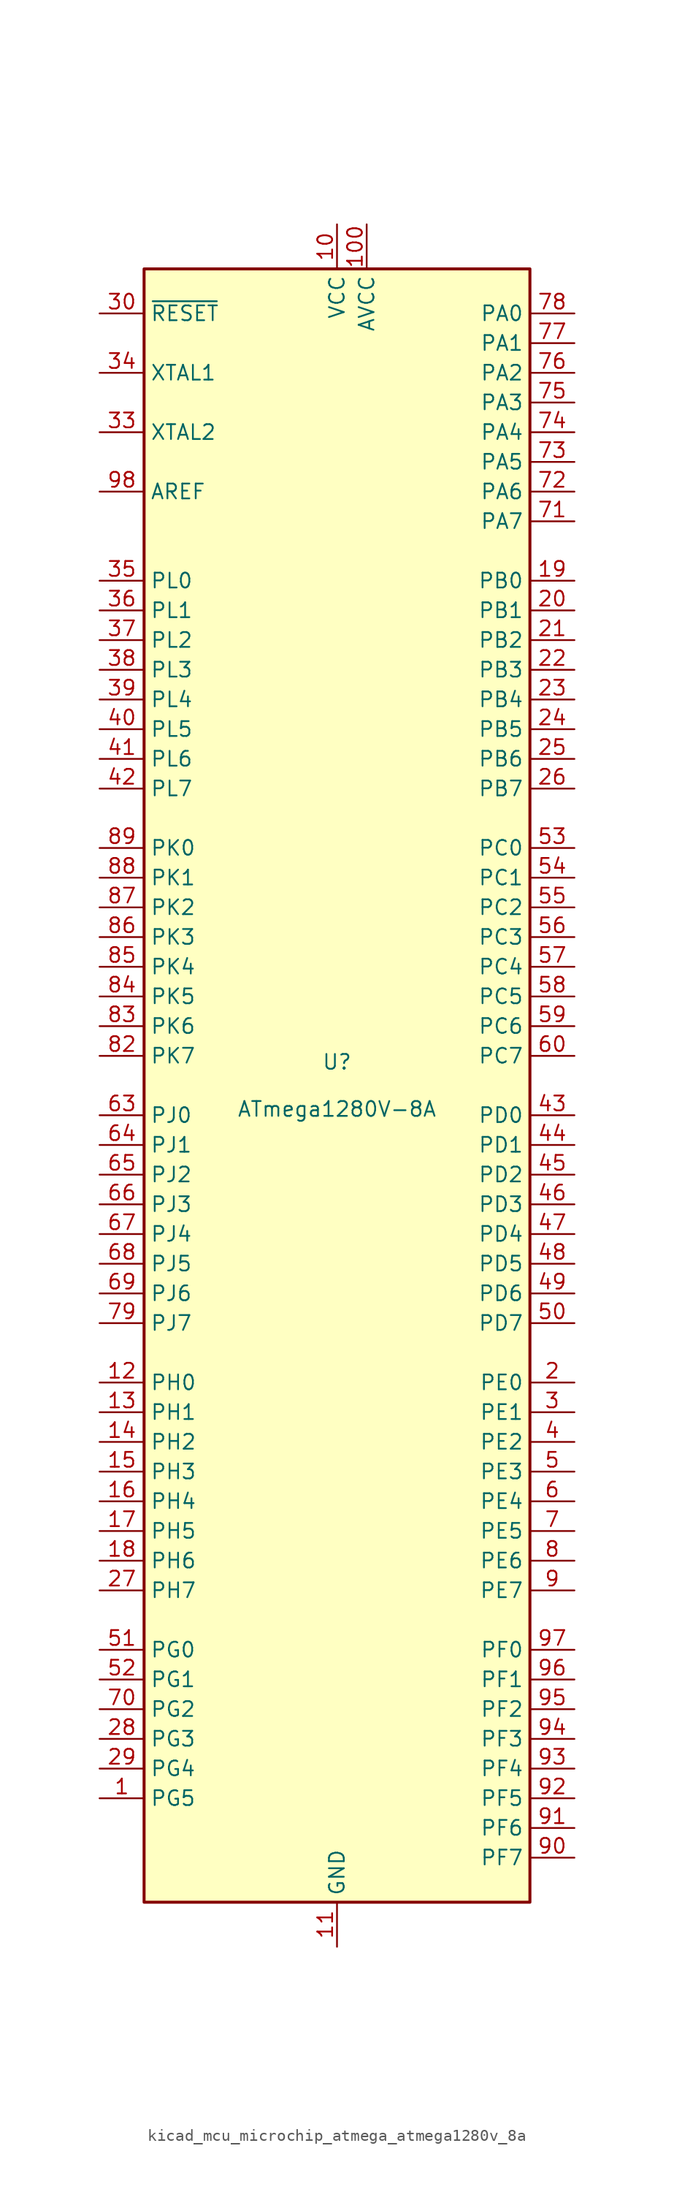
<source format=kicad_sym>
(kicad_symbol_lib
  (version 20220914)
  (generator kicad_symbol_editor)
  (symbol "kicad_mcu_microchip_atmega_atmega1280v_8a"
    (property "Reference" "U"
      (at 0 1.27 0)
      (effects (font (size 1.27 1.27)) (justify bottom)))
    (property "Value" "ATmega1280V-8A"
      (at 0 -1.27 0)
      (effects (font (size 1.27 1.27)) (justify top)))
    (symbol "kicad_mcu_microchip_atmega_atmega1280v_8a_0_1"
      (rectangle (start -16.51 -69.85) (end 16.51 69.85) (stroke (width 0.254) (type default)) (fill (type background))))
    (symbol "kicad_mcu_microchip_atmega_atmega1280v_8a_1_1"
      (pin bidirectional line (at -20.32 -60.96 0) (length 3.81) (name "PG5" (effects (font (size 1.27 1.27)))) (number "1" (effects (font (size 1.27 1.27)))))
      (pin power_in line (at 0 73.66 270) (length 3.81) (name "VCC" (effects (font (size 1.27 1.27)))) (number "10" (effects (font (size 1.27 1.27)))))
      (pin power_in line (at 2.54 73.66 270) (length 3.81) (name "AVCC" (effects (font (size 1.27 1.27)))) (number "100" (effects (font (size 1.27 1.27)))))
      (pin power_in line (at 0 -73.66 90) (length 3.81) (name "GND" (effects (font (size 1.27 1.27)))) (number "11" (effects (font (size 1.27 1.27)))))
      (pin bidirectional line (at -20.32 -25.4 0) (length 3.81) (name "PH0" (effects (font (size 1.27 1.27)))) (number "12" (effects (font (size 1.27 1.27)))))
      (pin bidirectional line (at -20.32 -27.94 0) (length 3.81) (name "PH1" (effects (font (size 1.27 1.27)))) (number "13" (effects (font (size 1.27 1.27)))))
      (pin bidirectional line (at -20.32 -30.48 0) (length 3.81) (name "PH2" (effects (font (size 1.27 1.27)))) (number "14" (effects (font (size 1.27 1.27)))))
      (pin bidirectional line (at -20.32 -33.02 0) (length 3.81) (name "PH3" (effects (font (size 1.27 1.27)))) (number "15" (effects (font (size 1.27 1.27)))))
      (pin bidirectional line (at -20.32 -35.56 0) (length 3.81) (name "PH4" (effects (font (size 1.27 1.27)))) (number "16" (effects (font (size 1.27 1.27)))))
      (pin bidirectional line (at -20.32 -38.1 0) (length 3.81) (name "PH5" (effects (font (size 1.27 1.27)))) (number "17" (effects (font (size 1.27 1.27)))))
      (pin bidirectional line (at -20.32 -40.64 0) (length 3.81) (name "PH6" (effects (font (size 1.27 1.27)))) (number "18" (effects (font (size 1.27 1.27)))))
      (pin bidirectional line (at 20.32 43.18 180) (length 3.81) (name "PB0" (effects (font (size 1.27 1.27)))) (number "19" (effects (font (size 1.27 1.27)))))
      (pin bidirectional line (at 20.32 -25.4 180) (length 3.81) (name "PE0" (effects (font (size 1.27 1.27)))) (number "2" (effects (font (size 1.27 1.27)))))
      (pin bidirectional line (at 20.32 40.64 180) (length 3.81) (name "PB1" (effects (font (size 1.27 1.27)))) (number "20" (effects (font (size 1.27 1.27)))))
      (pin bidirectional line (at 20.32 38.1 180) (length 3.81) (name "PB2" (effects (font (size 1.27 1.27)))) (number "21" (effects (font (size 1.27 1.27)))))
      (pin bidirectional line (at 20.32 35.56 180) (length 3.81) (name "PB3" (effects (font (size 1.27 1.27)))) (number "22" (effects (font (size 1.27 1.27)))))
      (pin bidirectional line (at 20.32 33.02 180) (length 3.81) (name "PB4" (effects (font (size 1.27 1.27)))) (number "23" (effects (font (size 1.27 1.27)))))
      (pin bidirectional line (at 20.32 30.48 180) (length 3.81) (name "PB5" (effects (font (size 1.27 1.27)))) (number "24" (effects (font (size 1.27 1.27)))))
      (pin bidirectional line (at 20.32 27.94 180) (length 3.81) (name "PB6" (effects (font (size 1.27 1.27)))) (number "25" (effects (font (size 1.27 1.27)))))
      (pin bidirectional line (at 20.32 25.4 180) (length 3.81) (name "PB7" (effects (font (size 1.27 1.27)))) (number "26" (effects (font (size 1.27 1.27)))))
      (pin bidirectional line (at -20.32 -43.18 0) (length 3.81) (name "PH7" (effects (font (size 1.27 1.27)))) (number "27" (effects (font (size 1.27 1.27)))))
      (pin bidirectional line (at -20.32 -55.88 0) (length 3.81) (name "PG3" (effects (font (size 1.27 1.27)))) (number "28" (effects (font (size 1.27 1.27)))))
      (pin bidirectional line (at -20.32 -58.42 0) (length 3.81) (name "PG4" (effects (font (size 1.27 1.27)))) (number "29" (effects (font (size 1.27 1.27)))))
      (pin bidirectional line (at 20.32 -27.94 180) (length 3.81) (name "PE1" (effects (font (size 1.27 1.27)))) (number "3" (effects (font (size 1.27 1.27)))))
      (pin input line (at -20.32 66.04 0) (length 3.81) (name "~{RESET}" (effects (font (size 1.27 1.27)))) (number "30" (effects (font (size 1.27 1.27)))))
      (pin passive line (at 0 73.66 270) (length 3.81) hide (name "VCC" (effects (font (size 1.27 1.27)))) (number "31" (effects (font (size 1.27 1.27)))))
      (pin passive line (at 0 -73.66 90) (length 3.81) hide (name "GND" (effects (font (size 1.27 1.27)))) (number "32" (effects (font (size 1.27 1.27)))))
      (pin output line (at -20.32 55.88 0) (length 3.81) (name "XTAL2" (effects (font (size 1.27 1.27)))) (number "33" (effects (font (size 1.27 1.27)))))
      (pin input line (at -20.32 60.96 0) (length 3.81) (name "XTAL1" (effects (font (size 1.27 1.27)))) (number "34" (effects (font (size 1.27 1.27)))))
      (pin bidirectional line (at -20.32 43.18 0) (length 3.81) (name "PL0" (effects (font (size 1.27 1.27)))) (number "35" (effects (font (size 1.27 1.27)))))
      (pin bidirectional line (at -20.32 40.64 0) (length 3.81) (name "PL1" (effects (font (size 1.27 1.27)))) (number "36" (effects (font (size 1.27 1.27)))))
      (pin bidirectional line (at -20.32 38.1 0) (length 3.81) (name "PL2" (effects (font (size 1.27 1.27)))) (number "37" (effects (font (size 1.27 1.27)))))
      (pin bidirectional line (at -20.32 35.56 0) (length 3.81) (name "PL3" (effects (font (size 1.27 1.27)))) (number "38" (effects (font (size 1.27 1.27)))))
      (pin bidirectional line (at -20.32 33.02 0) (length 3.81) (name "PL4" (effects (font (size 1.27 1.27)))) (number "39" (effects (font (size 1.27 1.27)))))
      (pin bidirectional line (at 20.32 -30.48 180) (length 3.81) (name "PE2" (effects (font (size 1.27 1.27)))) (number "4" (effects (font (size 1.27 1.27)))))
      (pin bidirectional line (at -20.32 30.48 0) (length 3.81) (name "PL5" (effects (font (size 1.27 1.27)))) (number "40" (effects (font (size 1.27 1.27)))))
      (pin bidirectional line (at -20.32 27.94 0) (length 3.81) (name "PL6" (effects (font (size 1.27 1.27)))) (number "41" (effects (font (size 1.27 1.27)))))
      (pin bidirectional line (at -20.32 25.4 0) (length 3.81) (name "PL7" (effects (font (size 1.27 1.27)))) (number "42" (effects (font (size 1.27 1.27)))))
      (pin bidirectional line (at 20.32 -2.54 180) (length 3.81) (name "PD0" (effects (font (size 1.27 1.27)))) (number "43" (effects (font (size 1.27 1.27)))))
      (pin bidirectional line (at 20.32 -5.08 180) (length 3.81) (name "PD1" (effects (font (size 1.27 1.27)))) (number "44" (effects (font (size 1.27 1.27)))))
      (pin bidirectional line (at 20.32 -7.62 180) (length 3.81) (name "PD2" (effects (font (size 1.27 1.27)))) (number "45" (effects (font (size 1.27 1.27)))))
      (pin bidirectional line (at 20.32 -10.16 180) (length 3.81) (name "PD3" (effects (font (size 1.27 1.27)))) (number "46" (effects (font (size 1.27 1.27)))))
      (pin bidirectional line (at 20.32 -12.7 180) (length 3.81) (name "PD4" (effects (font (size 1.27 1.27)))) (number "47" (effects (font (size 1.27 1.27)))))
      (pin bidirectional line (at 20.32 -15.24 180) (length 3.81) (name "PD5" (effects (font (size 1.27 1.27)))) (number "48" (effects (font (size 1.27 1.27)))))
      (pin bidirectional line (at 20.32 -17.78 180) (length 3.81) (name "PD6" (effects (font (size 1.27 1.27)))) (number "49" (effects (font (size 1.27 1.27)))))
      (pin bidirectional line (at 20.32 -33.02 180) (length 3.81) (name "PE3" (effects (font (size 1.27 1.27)))) (number "5" (effects (font (size 1.27 1.27)))))
      (pin bidirectional line (at 20.32 -20.32 180) (length 3.81) (name "PD7" (effects (font (size 1.27 1.27)))) (number "50" (effects (font (size 1.27 1.27)))))
      (pin bidirectional line (at -20.32 -48.26 0) (length 3.81) (name "PG0" (effects (font (size 1.27 1.27)))) (number "51" (effects (font (size 1.27 1.27)))))
      (pin bidirectional line (at -20.32 -50.8 0) (length 3.81) (name "PG1" (effects (font (size 1.27 1.27)))) (number "52" (effects (font (size 1.27 1.27)))))
      (pin bidirectional line (at 20.32 20.32 180) (length 3.81) (name "PC0" (effects (font (size 1.27 1.27)))) (number "53" (effects (font (size 1.27 1.27)))))
      (pin bidirectional line (at 20.32 17.78 180) (length 3.81) (name "PC1" (effects (font (size 1.27 1.27)))) (number "54" (effects (font (size 1.27 1.27)))))
      (pin bidirectional line (at 20.32 15.24 180) (length 3.81) (name "PC2" (effects (font (size 1.27 1.27)))) (number "55" (effects (font (size 1.27 1.27)))))
      (pin bidirectional line (at 20.32 12.7 180) (length 3.81) (name "PC3" (effects (font (size 1.27 1.27)))) (number "56" (effects (font (size 1.27 1.27)))))
      (pin bidirectional line (at 20.32 10.16 180) (length 3.81) (name "PC4" (effects (font (size 1.27 1.27)))) (number "57" (effects (font (size 1.27 1.27)))))
      (pin bidirectional line (at 20.32 7.62 180) (length 3.81) (name "PC5" (effects (font (size 1.27 1.27)))) (number "58" (effects (font (size 1.27 1.27)))))
      (pin bidirectional line (at 20.32 5.08 180) (length 3.81) (name "PC6" (effects (font (size 1.27 1.27)))) (number "59" (effects (font (size 1.27 1.27)))))
      (pin bidirectional line (at 20.32 -35.56 180) (length 3.81) (name "PE4" (effects (font (size 1.27 1.27)))) (number "6" (effects (font (size 1.27 1.27)))))
      (pin bidirectional line (at 20.32 2.54 180) (length 3.81) (name "PC7" (effects (font (size 1.27 1.27)))) (number "60" (effects (font (size 1.27 1.27)))))
      (pin passive line (at 0 73.66 270) (length 3.81) hide (name "VCC" (effects (font (size 1.27 1.27)))) (number "61" (effects (font (size 1.27 1.27)))))
      (pin passive line (at 0 -73.66 90) (length 3.81) hide (name "GND" (effects (font (size 1.27 1.27)))) (number "62" (effects (font (size 1.27 1.27)))))
      (pin bidirectional line (at -20.32 -2.54 0) (length 3.81) (name "PJ0" (effects (font (size 1.27 1.27)))) (number "63" (effects (font (size 1.27 1.27)))))
      (pin bidirectional line (at -20.32 -5.08 0) (length 3.81) (name "PJ1" (effects (font (size 1.27 1.27)))) (number "64" (effects (font (size 1.27 1.27)))))
      (pin bidirectional line (at -20.32 -7.62 0) (length 3.81) (name "PJ2" (effects (font (size 1.27 1.27)))) (number "65" (effects (font (size 1.27 1.27)))))
      (pin bidirectional line (at -20.32 -10.16 0) (length 3.81) (name "PJ3" (effects (font (size 1.27 1.27)))) (number "66" (effects (font (size 1.27 1.27)))))
      (pin bidirectional line (at -20.32 -12.7 0) (length 3.81) (name "PJ4" (effects (font (size 1.27 1.27)))) (number "67" (effects (font (size 1.27 1.27)))))
      (pin bidirectional line (at -20.32 -15.24 0) (length 3.81) (name "PJ5" (effects (font (size 1.27 1.27)))) (number "68" (effects (font (size 1.27 1.27)))))
      (pin bidirectional line (at -20.32 -17.78 0) (length 3.81) (name "PJ6" (effects (font (size 1.27 1.27)))) (number "69" (effects (font (size 1.27 1.27)))))
      (pin bidirectional line (at 20.32 -38.1 180) (length 3.81) (name "PE5" (effects (font (size 1.27 1.27)))) (number "7" (effects (font (size 1.27 1.27)))))
      (pin bidirectional line (at -20.32 -53.34 0) (length 3.81) (name "PG2" (effects (font (size 1.27 1.27)))) (number "70" (effects (font (size 1.27 1.27)))))
      (pin bidirectional line (at 20.32 48.26 180) (length 3.81) (name "PA7" (effects (font (size 1.27 1.27)))) (number "71" (effects (font (size 1.27 1.27)))))
      (pin bidirectional line (at 20.32 50.8 180) (length 3.81) (name "PA6" (effects (font (size 1.27 1.27)))) (number "72" (effects (font (size 1.27 1.27)))))
      (pin bidirectional line (at 20.32 53.34 180) (length 3.81) (name "PA5" (effects (font (size 1.27 1.27)))) (number "73" (effects (font (size 1.27 1.27)))))
      (pin bidirectional line (at 20.32 55.88 180) (length 3.81) (name "PA4" (effects (font (size 1.27 1.27)))) (number "74" (effects (font (size 1.27 1.27)))))
      (pin bidirectional line (at 20.32 58.42 180) (length 3.81) (name "PA3" (effects (font (size 1.27 1.27)))) (number "75" (effects (font (size 1.27 1.27)))))
      (pin bidirectional line (at 20.32 60.96 180) (length 3.81) (name "PA2" (effects (font (size 1.27 1.27)))) (number "76" (effects (font (size 1.27 1.27)))))
      (pin bidirectional line (at 20.32 63.5 180) (length 3.81) (name "PA1" (effects (font (size 1.27 1.27)))) (number "77" (effects (font (size 1.27 1.27)))))
      (pin bidirectional line (at 20.32 66.04 180) (length 3.81) (name "PA0" (effects (font (size 1.27 1.27)))) (number "78" (effects (font (size 1.27 1.27)))))
      (pin bidirectional line (at -20.32 -20.32 0) (length 3.81) (name "PJ7" (effects (font (size 1.27 1.27)))) (number "79" (effects (font (size 1.27 1.27)))))
      (pin bidirectional line (at 20.32 -40.64 180) (length 3.81) (name "PE6" (effects (font (size 1.27 1.27)))) (number "8" (effects (font (size 1.27 1.27)))))
      (pin passive line (at 0 73.66 270) (length 3.81) hide (name "VCC" (effects (font (size 1.27 1.27)))) (number "80" (effects (font (size 1.27 1.27)))))
      (pin passive line (at 0 -73.66 90) (length 3.81) hide (name "GND" (effects (font (size 1.27 1.27)))) (number "81" (effects (font (size 1.27 1.27)))))
      (pin bidirectional line (at -20.32 2.54 0) (length 3.81) (name "PK7" (effects (font (size 1.27 1.27)))) (number "82" (effects (font (size 1.27 1.27)))))
      (pin bidirectional line (at -20.32 5.08 0) (length 3.81) (name "PK6" (effects (font (size 1.27 1.27)))) (number "83" (effects (font (size 1.27 1.27)))))
      (pin bidirectional line (at -20.32 7.62 0) (length 3.81) (name "PK5" (effects (font (size 1.27 1.27)))) (number "84" (effects (font (size 1.27 1.27)))))
      (pin bidirectional line (at -20.32 10.16 0) (length 3.81) (name "PK4" (effects (font (size 1.27 1.27)))) (number "85" (effects (font (size 1.27 1.27)))))
      (pin bidirectional line (at -20.32 12.7 0) (length 3.81) (name "PK3" (effects (font (size 1.27 1.27)))) (number "86" (effects (font (size 1.27 1.27)))))
      (pin bidirectional line (at -20.32 15.24 0) (length 3.81) (name "PK2" (effects (font (size 1.27 1.27)))) (number "87" (effects (font (size 1.27 1.27)))))
      (pin bidirectional line (at -20.32 17.78 0) (length 3.81) (name "PK1" (effects (font (size 1.27 1.27)))) (number "88" (effects (font (size 1.27 1.27)))))
      (pin bidirectional line (at -20.32 20.32 0) (length 3.81) (name "PK0" (effects (font (size 1.27 1.27)))) (number "89" (effects (font (size 1.27 1.27)))))
      (pin bidirectional line (at 20.32 -43.18 180) (length 3.81) (name "PE7" (effects (font (size 1.27 1.27)))) (number "9" (effects (font (size 1.27 1.27)))))
      (pin bidirectional line (at 20.32 -66.04 180) (length 3.81) (name "PF7" (effects (font (size 1.27 1.27)))) (number "90" (effects (font (size 1.27 1.27)))))
      (pin bidirectional line (at 20.32 -63.5 180) (length 3.81) (name "PF6" (effects (font (size 1.27 1.27)))) (number "91" (effects (font (size 1.27 1.27)))))
      (pin bidirectional line (at 20.32 -60.96 180) (length 3.81) (name "PF5" (effects (font (size 1.27 1.27)))) (number "92" (effects (font (size 1.27 1.27)))))
      (pin bidirectional line (at 20.32 -58.42 180) (length 3.81) (name "PF4" (effects (font (size 1.27 1.27)))) (number "93" (effects (font (size 1.27 1.27)))))
      (pin bidirectional line (at 20.32 -55.88 180) (length 3.81) (name "PF3" (effects (font (size 1.27 1.27)))) (number "94" (effects (font (size 1.27 1.27)))))
      (pin bidirectional line (at 20.32 -53.34 180) (length 3.81) (name "PF2" (effects (font (size 1.27 1.27)))) (number "95" (effects (font (size 1.27 1.27)))))
      (pin bidirectional line (at 20.32 -50.8 180) (length 3.81) (name "PF1" (effects (font (size 1.27 1.27)))) (number "96" (effects (font (size 1.27 1.27)))))
      (pin bidirectional line (at 20.32 -48.26 180) (length 3.81) (name "PF0" (effects (font (size 1.27 1.27)))) (number "97" (effects (font (size 1.27 1.27)))))
      (pin passive line (at -20.32 50.8 0) (length 3.81) (name "AREF" (effects (font (size 1.27 1.27)))) (number "98" (effects (font (size 1.27 1.27)))))
      (pin passive line (at 0 -73.66 90) (length 3.81) hide (name "GND" (effects (font (size 1.27 1.27)))) (number "99" (effects (font (size 1.27 1.27))))))))
</source>
